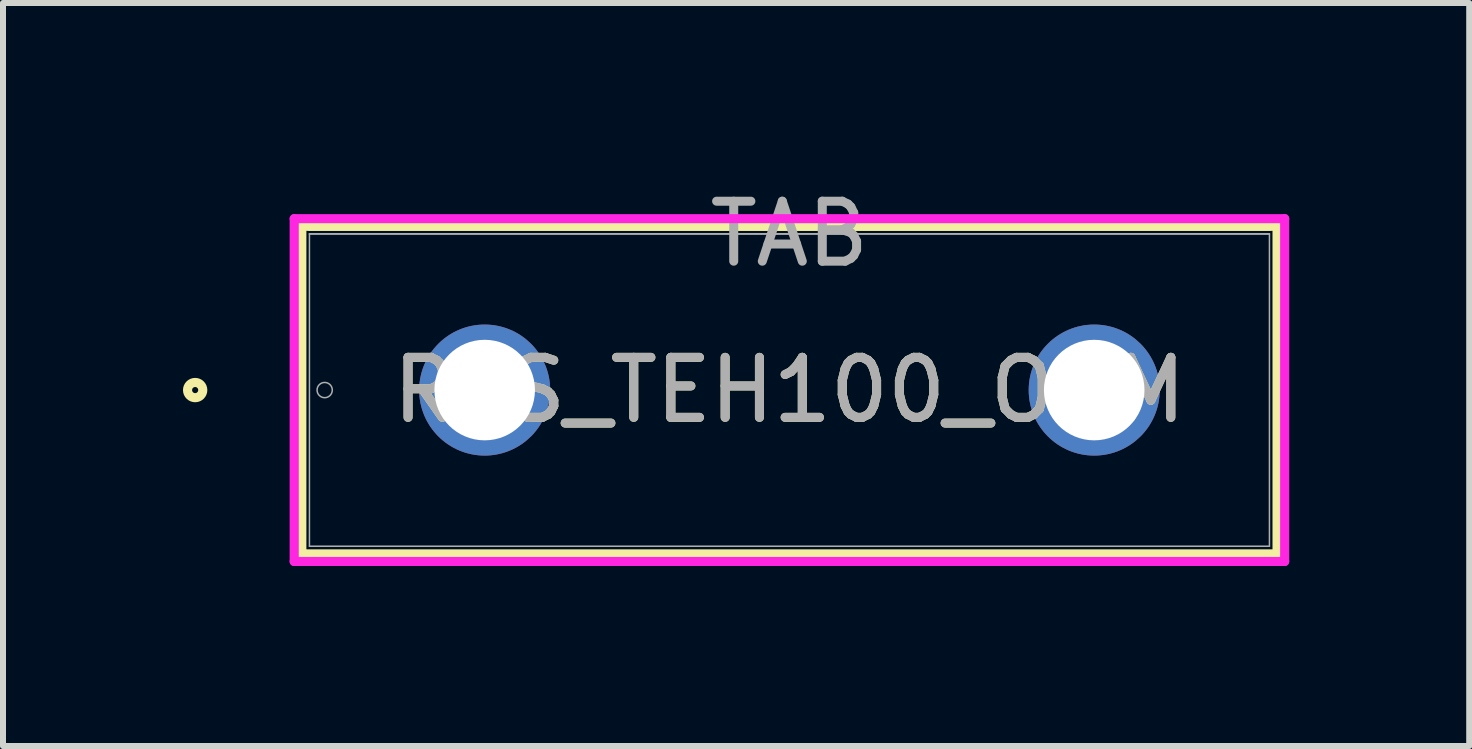
<source format=kicad_pcb>
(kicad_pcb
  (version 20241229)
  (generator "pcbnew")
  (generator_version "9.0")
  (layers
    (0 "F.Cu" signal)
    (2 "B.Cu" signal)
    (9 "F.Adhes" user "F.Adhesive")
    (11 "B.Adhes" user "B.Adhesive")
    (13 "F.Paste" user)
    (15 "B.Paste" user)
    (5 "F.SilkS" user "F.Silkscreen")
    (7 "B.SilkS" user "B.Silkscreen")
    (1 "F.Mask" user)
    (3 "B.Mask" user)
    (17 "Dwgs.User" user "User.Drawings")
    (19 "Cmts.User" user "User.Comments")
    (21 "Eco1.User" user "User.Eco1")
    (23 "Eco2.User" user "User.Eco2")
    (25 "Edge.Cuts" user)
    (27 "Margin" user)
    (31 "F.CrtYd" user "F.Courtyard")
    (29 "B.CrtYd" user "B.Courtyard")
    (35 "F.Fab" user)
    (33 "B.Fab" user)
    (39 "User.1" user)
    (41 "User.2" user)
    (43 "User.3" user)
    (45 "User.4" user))
  (footprint "RES_TEH100_OHM"
    (layer "F.Cu")
    (at 5.029 3.452)
    (property "Reference" "RES_TEH100_OHM" (at 5.08 0 0) (unlocked yes) (layer "F.SilkS") (effects (font (size 1 1) (thickness 0.15))))
    (attr through_hole)
    (fp_line (start -3.048 -2.731) (end -3.048 2.731) (stroke (width 0.152) (type solid)) (layer "F.SilkS"))
    (fp_line (start -3.048 2.731) (end 13.208 2.731) (stroke (width 0.152) (type solid)) (layer "F.SilkS"))
    (fp_line (start -2.921 -2.731) (end 13.081 -2.731) (stroke (width 0.152) (type solid)) (layer "F.SilkS"))
    (fp_line (start 13.208 -2.731) (end -3.048 -2.731) (stroke (width 0.152) (type solid)) (layer "F.SilkS"))
    (fp_line (start 13.208 2.731) (end 13.208 -2.731) (stroke (width 0.152) (type solid)) (layer "F.SilkS"))
    (fp_circle (center -4.826 0) (end -4.699 0) (stroke (width 0.152) (type solid)) (fill no) (layer "F.SilkS"))
    (fp_line (start -3.175 -2.857) (end -3.175 2.857) (stroke (width 0.152) (type solid)) (layer "F.CrtYd"))
    (fp_line (start -3.175 2.857) (end 13.335 2.857) (stroke (width 0.152) (type solid)) (layer "F.CrtYd"))
    (fp_line (start 13.335 -2.857) (end -3.175 -2.857) (stroke (width 0.152) (type solid)) (layer "F.CrtYd"))
    (fp_line (start 13.335 2.857) (end 13.335 -2.857) (stroke (width 0.152) (type solid)) (layer "F.CrtYd"))
    (fp_line (start -2.921 -2.603) (end -2.921 2.603) (stroke (width 0.025) (type solid)) (layer "F.Fab"))
    (fp_line (start -2.921 -2.603) (end 13.081 -2.603) (stroke (width 0.025) (type solid)) (layer "F.Fab"))
    (fp_line (start -2.921 2.603) (end 13.081 2.603) (stroke (width 0.025) (type solid)) (layer "F.Fab"))
    (fp_line (start 13.081 -2.603) (end -2.921 -2.603) (stroke (width 0.025) (type solid)) (layer "F.Fab"))
    (fp_line (start 13.081 2.603) (end 13.081 -2.603) (stroke (width 0.025) (type solid)) (layer "F.Fab"))
    (fp_circle (center -2.667 0) (end -2.54 0) (stroke (width 0.025) (type solid)) (fill no) (layer "F.Fab"))
    (fp_text user "TAB" (at 5.08 -2.603 0) (unlocked yes) (layer "F.Fab") (effects (font (size 1 1) (thickness 0.15))))
    (fp_text user "${REFERENCE}" (at 5.08 0 0) (unlocked yes) (layer "F.Fab") (effects (font (size 1 1) (thickness 0.15))))
    (pad "1" thru_hole circle (at 0 0) (size 2.184 2.184) (drill 1.676) (layers "*.Cu" "*.Mask"))
    (pad "3" thru_hole circle (at 10.16 0) (size 2.184 2.184) (drill 1.676) (layers "*.Cu" "*.Mask")))
  (gr_rect
    (start -3 -3)
    (end 21.44 9.385)
    (stroke (width 0.1) (type default))
    (fill no)
    (layer "Edge.Cuts")))
</source>
